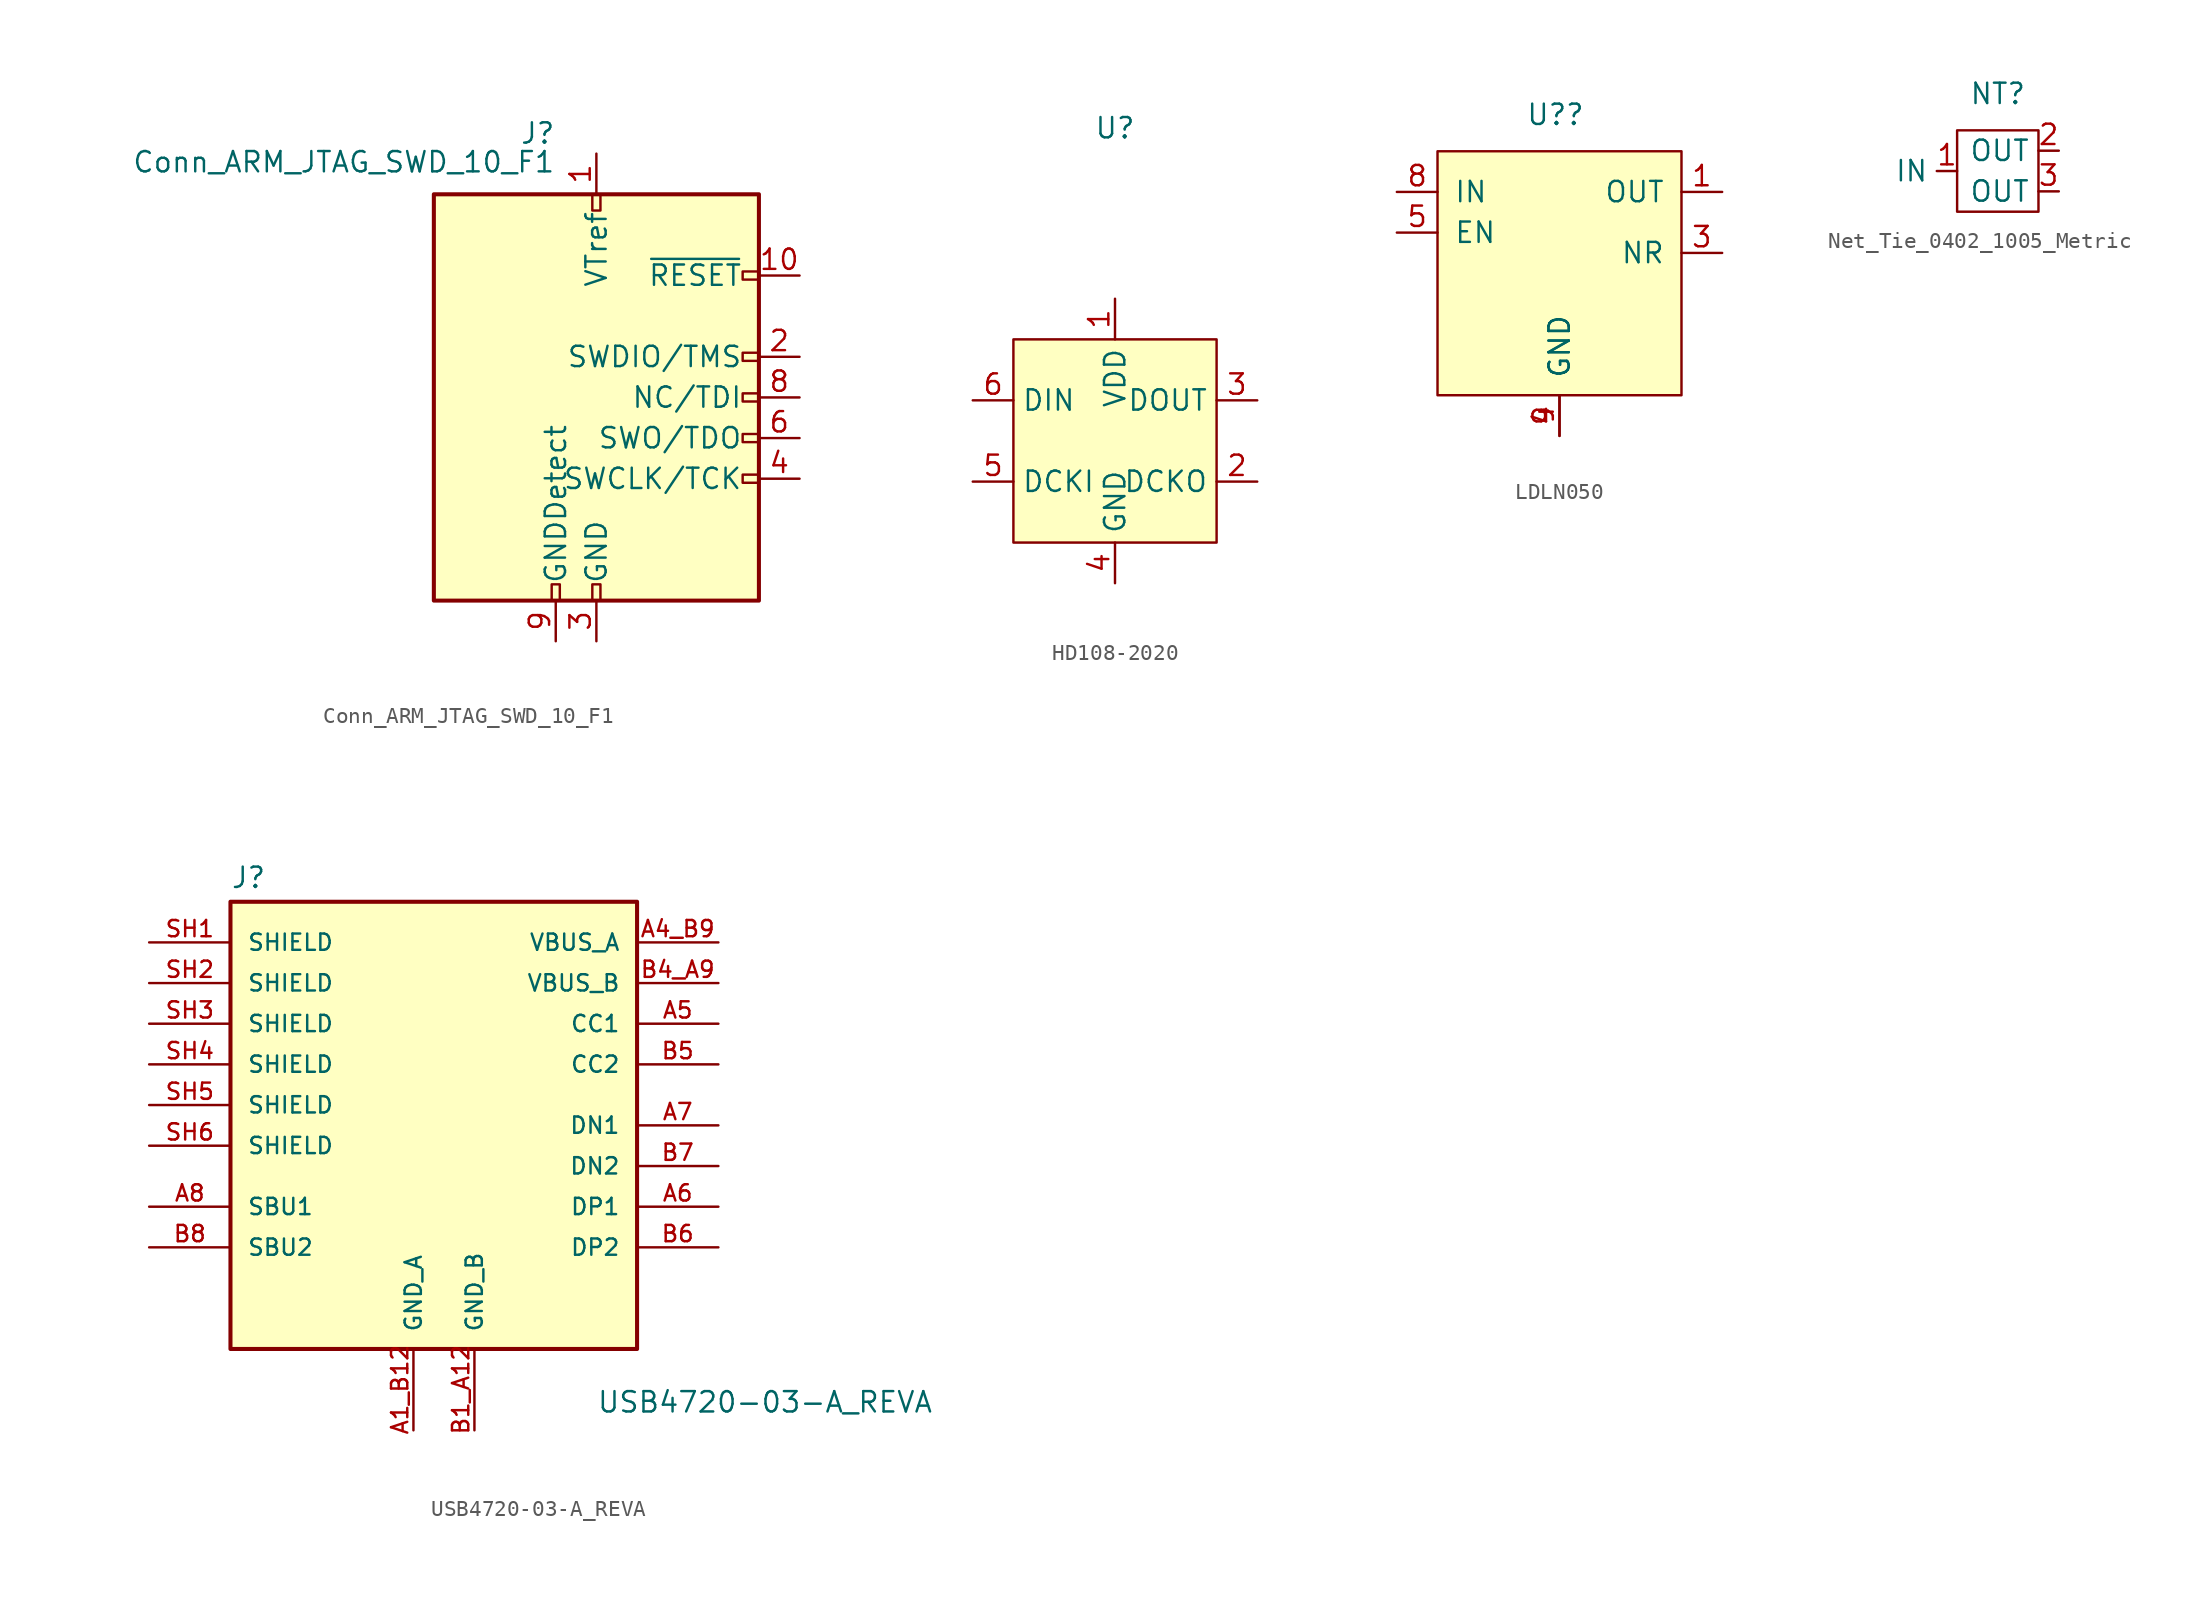
<source format=kicad_sym>
(kicad_symbol_lib
  (version 20231120)
  (generator "kicad_symbol_editor")
  (generator_version "8.0")
  (symbol "Conn_ARM_JTAG_SWD_10_F1"
    (pin_names
      (offset 1.016))
    (property "Reference" "J"
      (at -2.54 16.51 0)
      (effects (font (size 1.27 1.27)) (justify right)))
    (property "Value" "Conn_ARM_JTAG_SWD_10_F1"
      (at -2.54 13.97 0)
      (effects (font (size 1.27 1.27)) (justify right bottom)))
    (symbol "Conn_ARM_JTAG_SWD_10_F1_0_1"
      (rectangle (start -10.16 12.7) (end 10.16 -12.7) (stroke (width 0.254) (type default)) (fill (type background)))
      (rectangle (start -2.794 -12.7) (end -2.286 -11.684) (stroke (width 0) (type default)) (fill (type none)))
      (rectangle (start -0.254 -12.7) (end 0.254 -11.684) (stroke (width 0) (type default)) (fill (type none)))
      (rectangle (start -0.254 12.7) (end 0.254 11.684) (stroke (width 0) (type default)) (fill (type none)))
      (rectangle (start 9.144 2.286) (end 10.16 2.794) (stroke (width 0) (type default)) (fill (type none)))
      (rectangle (start 10.16 -2.794) (end 9.144 -2.286) (stroke (width 0) (type default)) (fill (type none)))
      (rectangle (start 10.16 -0.254) (end 9.144 0.254) (stroke (width 0) (type default)) (fill (type none)))
      (rectangle (start 10.16 7.874) (end 9.144 7.366) (stroke (width 0) (type default)) (fill (type none))))
    (symbol "Conn_ARM_JTAG_SWD_10_F1_1_1"
      (rectangle (start 9.144 -5.334) (end 10.16 -4.826) (stroke (width 0) (type default)) (fill (type none)))
      (pin power_in line (at 0 15.24 270) (length 2.54) (name "VTref" (effects (font (size 1.27 1.27)))) (number "1" (effects (font (size 1.27 1.27)))))
      (pin open_collector line (at 12.7 7.62 180) (length 2.54) (name "~{RESET}" (effects (font (size 1.27 1.27)))) (number "10" (effects (font (size 1.27 1.27)))))
      (pin bidirectional line (at 12.7 2.54 180) (length 2.54) (name "SWDIO/TMS" (effects (font (size 1.27 1.27)))) (number "2" (effects (font (size 1.27 1.27)))))
      (pin power_in line (at 0 -15.24 90) (length 2.54) (name "GND" (effects (font (size 1.27 1.27)))) (number "3" (effects (font (size 1.27 1.27)))))
      (pin output line (at 12.7 -5.08 180) (length 2.54) (name "SWCLK/TCK" (effects (font (size 1.27 1.27)))) (number "4" (effects (font (size 1.27 1.27)))))
      (pin passive line (at 0 -15.24 90) (length 2.54) hide (name "GND" (effects (font (size 1.27 1.27)))) (number "5" (effects (font (size 1.27 1.27)))))
      (pin input line (at 12.7 -2.54 180) (length 2.54) (name "SWO/TDO" (effects (font (size 1.27 1.27)))) (number "6" (effects (font (size 1.27 1.27)))))
      (pin no_connect line (at -10.16 0 0) (length 2.54) hide (name "KEY" (effects (font (size 1.27 1.27)))) (number "7" (effects (font (size 1.27 1.27)))))
      (pin output line (at 12.7 0 180) (length 2.54) (name "NC/TDI" (effects (font (size 1.27 1.27)))) (number "8" (effects (font (size 1.27 1.27)))))
      (pin passive line (at -2.54 -15.24 90) (length 2.54) (name "GNDDetect" (effects (font (size 1.27 1.27)))) (number "9" (effects (font (size 1.27 1.27)))))))
  (symbol "HD108-2020"
    (property "Reference" "U"
      (at 0 19.558 0)
      (effects (font (size 1.27 1.27))))
    (symbol "HD108-2020_1_1"
      (rectangle (start -6.35 6.35) (end 6.35 -6.35) (stroke (width 0) (type default) (color 132 0 0 1)) (fill (type background)))
      (pin power_in line (at 0 8.89 270) (length 2.54) (name "VDD" (effects (font (size 1.27 1.27)))) (number "1" (effects (font (size 1.27 1.27)))))
      (pin output line (at 8.89 -2.54 180) (length 2.54) (name "DCKO" (effects (font (size 1.27 1.27)))) (number "2" (effects (font (size 1.27 1.27)))))
      (pin output line (at 8.89 2.54 180) (length 2.54) (name "DOUT" (effects (font (size 1.27 1.27)))) (number "3" (effects (font (size 1.27 1.27)))))
      (pin power_in line (at 0 -8.89 90) (length 2.54) (name "GND" (effects (font (size 1.27 1.27)))) (number "4" (effects (font (size 1.27 1.27)))))
      (pin input line (at -8.89 -2.54 0) (length 2.54) (name "DCKI" (effects (font (size 1.27 1.27)))) (number "5" (effects (font (size 1.27 1.27)))))
      (pin input line (at -8.89 2.54 0) (length 2.54) (name "DIN" (effects (font (size 1.27 1.27)))) (number "6" (effects (font (size 1.27 1.27)))))))
  (symbol "LDLN050"
    (pin_names
      (offset 1.016))
    (property "Reference" "U?"
      (at -0.254 9.906 0)
      (effects (font (size 1.27 1.27))))
    (property "Value" ""
      (at 0 0 0)
      (effects (font (size 1.27 1.27))))
    (symbol "LDLN050_1_1"
      (rectangle (start -7.62 7.62) (end 7.62 -7.62) (stroke (width 0) (type default)) (fill (type background)))
      (pin power_out line (at 10.16 5.08 180) (length 2.54) (name "OUT" (effects (font (size 1.27 1.27)))) (number "1" (effects (font (size 1.27 1.27)))))
      (pin no_connect line (at 10.16 -2.54 180) (length 2.54) hide (name "NC" (effects (font (size 1.27 1.27)))) (number "2" (effects (font (size 1.27 1.27)))))
      (pin passive line (at 10.16 1.27 180) (length 2.54) (name "NR" (effects (font (size 1.27 1.27)))) (number "3" (effects (font (size 1.27 1.27)))))
      (pin power_in line (at 0 -10.16 90) (length 2.54) (name "GND" (effects (font (size 1.27 1.27)))) (number "4" (effects (font (size 1.27 1.27)))))
      (pin input line (at -10.16 2.54 0) (length 2.54) (name "EN" (effects (font (size 1.27 1.27)))) (number "5" (effects (font (size 1.27 1.27)))))
      (pin no_connect line (at -10.16 -1.27 0) (length 2.54) hide (name "NC" (effects (font (size 1.27 1.27)))) (number "6" (effects (font (size 1.27 1.27)))))
      (pin no_connect line (at -10.16 -5.08 0) (length 2.54) hide (name "NC" (effects (font (size 1.27 1.27)))) (number "7" (effects (font (size 1.27 1.27)))))
      (pin power_in line (at -10.16 5.08 0) (length 2.54) (name "IN" (effects (font (size 1.27 1.27)))) (number "8" (effects (font (size 1.27 1.27)))))
      (pin power_in line (at 0 -10.16 90) (length 2.54) (name "GND" (effects (font (size 1.27 1.27)))) (number "9" (effects (font (size 1.27 1.27)))))))
  (symbol "Net_Tie_0402_1005_Metric"
    (property "Reference" "NT"
      (at 0 -0.254 0)
      (effects (font (size 1.27 1.27))))
    (property "Value" ""
      (at 0 0 0)
      (effects (font (size 1.27 1.27))))
    (symbol "Net_Tie_0402_1005_Metric_0_1"
      (rectangle (start -2.54 -2.54) (end 2.54 -7.62) (stroke (width 0) (type default)) (fill (type none))))
    (symbol "Net_Tie_0402_1005_Metric_1_1"
      (pin input line (at -2.54 -5.08 180) (length 1.27) (name "IN" (effects (font (size 1.27 1.27)))) (number "1" (effects (font (size 1.27 1.27)))))
      (pin output line (at 3.81 -3.81 180) (length 1.27) (name "OUT" (effects (font (size 1.27 1.27)))) (number "2" (effects (font (size 1.27 1.27)))))
      (pin output line (at 3.81 -6.35 180) (length 1.27) (name "OUT" (effects (font (size 1.27 1.27)))) (number "3" (effects (font (size 1.27 1.27)))))))
  (symbol "USB4720-03-A_REVA"
    (pin_names
      (offset 1.016))
    (property "Reference" "J"
      (at -12.7 13.462 0)
      (effects (font (size 1.27 1.27)) (justify left bottom)))
    (property "Value" "USB4720-03-A_REVA"
      (at 10.16 -19.304 0)
      (effects (font (size 1.27 1.27)) (justify left bottom)))
    (symbol "USB4720-03-A_REVA_0_0"
      (rectangle (start -12.7 12.7) (end 12.7 -15.24) (stroke (width 0.254) (type default)) (fill (type background)))
      (pin power_in line (at -1.27 -20.32 90) (length 5.08) (name "GND_A" (effects (font (size 1.016 1.016)))) (number "A1_B12" (effects (font (size 1.016 1.016)))))
      (pin power_in line (at 17.78 10.16 180) (length 5.08) (name "VBUS_A" (effects (font (size 1.016 1.016)))) (number "A4_B9" (effects (font (size 1.016 1.016)))))
      (pin bidirectional line (at 17.78 5.08 180) (length 5.08) (name "CC1" (effects (font (size 1.016 1.016)))) (number "A5" (effects (font (size 1.016 1.016)))))
      (pin bidirectional line (at 17.78 -6.35 180) (length 5.08) (name "DP1" (effects (font (size 1.016 1.016)))) (number "A6" (effects (font (size 1.016 1.016)))))
      (pin bidirectional line (at 17.78 -1.27 180) (length 5.08) (name "DN1" (effects (font (size 1.016 1.016)))) (number "A7" (effects (font (size 1.016 1.016)))))
      (pin bidirectional line (at -17.78 -6.35 0) (length 5.08) (name "SBU1" (effects (font (size 1.016 1.016)))) (number "A8" (effects (font (size 1.016 1.016)))))
      (pin power_in line (at 2.54 -20.32 90) (length 5.08) (name "GND_B" (effects (font (size 1.016 1.016)))) (number "B1_A12" (effects (font (size 1.016 1.016)))))
      (pin power_in line (at 17.78 7.62 180) (length 5.08) (name "VBUS_B" (effects (font (size 1.016 1.016)))) (number "B4_A9" (effects (font (size 1.016 1.016)))))
      (pin bidirectional line (at 17.78 2.54 180) (length 5.08) (name "CC2" (effects (font (size 1.016 1.016)))) (number "B5" (effects (font (size 1.016 1.016)))))
      (pin bidirectional line (at 17.78 -8.89 180) (length 5.08) (name "DP2" (effects (font (size 1.016 1.016)))) (number "B6" (effects (font (size 1.016 1.016)))))
      (pin bidirectional line (at 17.78 -3.81 180) (length 5.08) (name "DN2" (effects (font (size 1.016 1.016)))) (number "B7" (effects (font (size 1.016 1.016)))))
      (pin bidirectional line (at -17.78 -8.89 0) (length 5.08) (name "SBU2" (effects (font (size 1.016 1.016)))) (number "B8" (effects (font (size 1.016 1.016)))))
      (pin passive line (at -17.78 10.16 0) (length 5.08) (name "SHIELD" (effects (font (size 1.016 1.016)))) (number "SH1" (effects (font (size 1.016 1.016)))))
      (pin passive line (at -17.78 7.62 0) (length 5.08) (name "SHIELD" (effects (font (size 1.016 1.016)))) (number "SH2" (effects (font (size 1.016 1.016)))))
      (pin passive line (at -17.78 5.08 0) (length 5.08) (name "SHIELD" (effects (font (size 1.016 1.016)))) (number "SH3" (effects (font (size 1.016 1.016)))))
      (pin passive line (at -17.78 2.54 0) (length 5.08) (name "SHIELD" (effects (font (size 1.016 1.016)))) (number "SH4" (effects (font (size 1.016 1.016)))))
      (pin passive line (at -17.78 0 0) (length 5.08) (name "SHIELD" (effects (font (size 1.016 1.016)))) (number "SH5" (effects (font (size 1.016 1.016)))))
      (pin passive line (at -17.78 -2.54 0) (length 5.08) (name "SHIELD" (effects (font (size 1.016 1.016)))) (number "SH6" (effects (font (size 1.016 1.016))))))))
</source>
